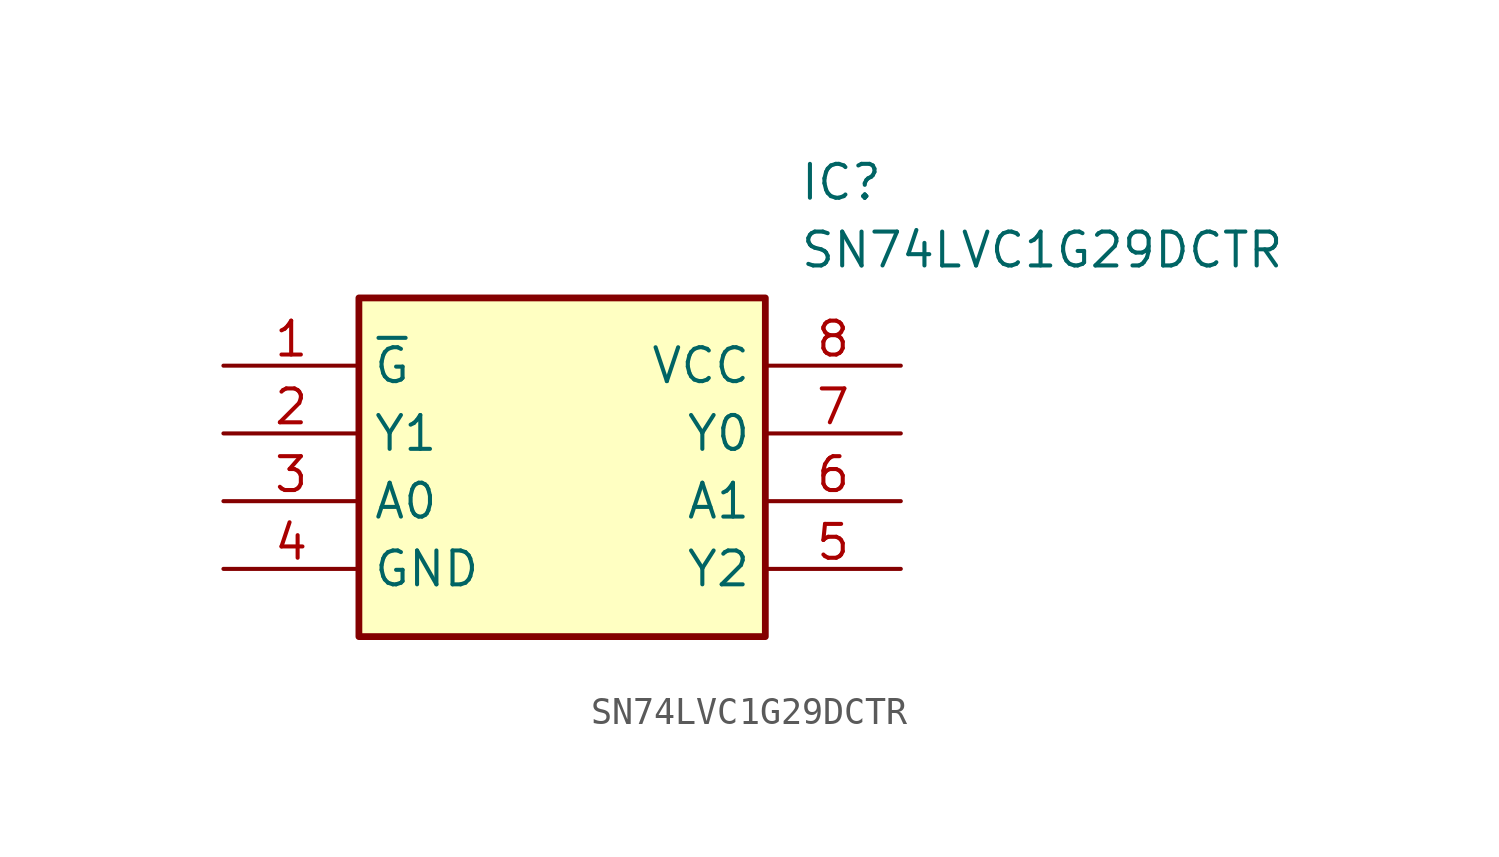
<source format=kicad_sym>
(kicad_symbol_lib
  (version 20211014)
  (generator SamacSys_ECAD_Model)
  (symbol "SN74LVC1G29DCTR"
    (property "Reference" "IC"
      (at 21.59 7.62 0)
      (effects (font (size 1.27 1.27)) (justify left top)))
    (property "Value" "SN74LVC1G29DCTR"
      (at 21.59 5.08 0)
      (effects (font (size 1.27 1.27)) (justify left top)))
    (rectangle
      (start 5.08 2.54)
      (end 20.32 -10.16)
      (stroke (width 0.254) (type default))
      (fill (type background)))
    (pin passive line
      (at 0 0 0)
      (length 5.08)
      (name "~{G}" (effects (font (size 1.27 1.27))))
      (number "1" (effects (font (size 1.27 1.27)))))
    (pin passive line
      (at 0 -2.54 0)
      (length 5.08)
      (name "Y1" (effects (font (size 1.27 1.27))))
      (number "2" (effects (font (size 1.27 1.27)))))
    (pin passive line
      (at 0 -5.08 0)
      (length 5.08)
      (name "A0" (effects (font (size 1.27 1.27))))
      (number "3" (effects (font (size 1.27 1.27)))))
    (pin passive line
      (at 0 -7.62 0)
      (length 5.08)
      (name "GND" (effects (font (size 1.27 1.27))))
      (number "4" (effects (font (size 1.27 1.27)))))
    (pin passive line
      (at 25.4 0 180)
      (length 5.08)
      (name "VCC" (effects (font (size 1.27 1.27))))
      (number "8" (effects (font (size 1.27 1.27)))))
    (pin passive line
      (at 25.4 -2.54 180)
      (length 5.08)
      (name "Y0" (effects (font (size 1.27 1.27))))
      (number "7" (effects (font (size 1.27 1.27)))))
    (pin passive line
      (at 25.4 -5.08 180)
      (length 5.08)
      (name "A1" (effects (font (size 1.27 1.27))))
      (number "6" (effects (font (size 1.27 1.27)))))
    (pin passive line
      (at 25.4 -7.62 180)
      (length 5.08)
      (name "Y2" (effects (font (size 1.27 1.27))))
      (number "5" (effects (font (size 1.27 1.27)))))))
</source>
